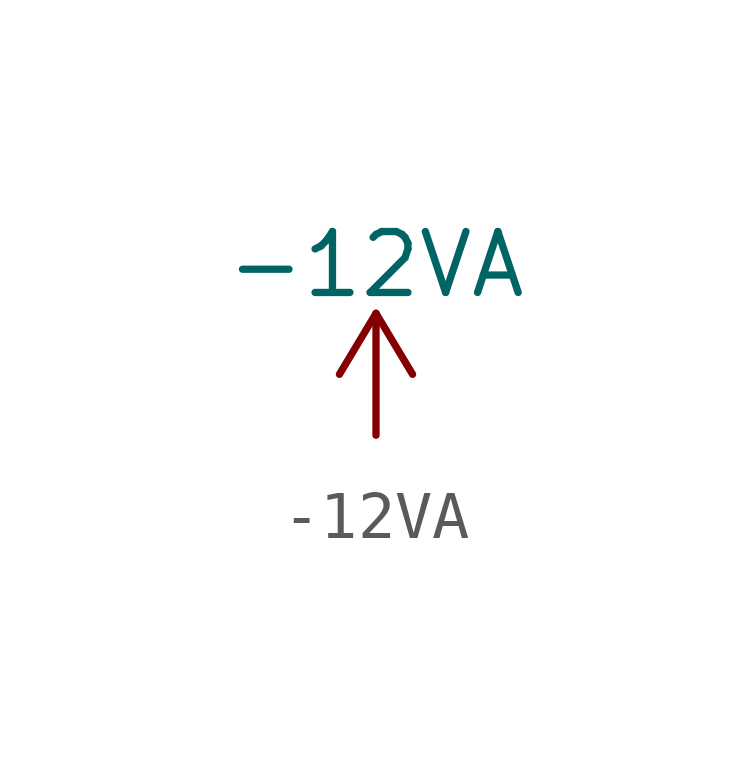
<source format=kicad_sym>
(kicad_symbol_lib
  (version 20211014)
  (generator kicad_symbol_editor)
  (symbol "-12VA"
    (power)
    (pin_names
      (offset 0))
    (property "Reference" "#PWR"
      (at 0 -3.81 0)
      (effects (font (size 1.27 1.27)) hide))
    (property "Value" "-12VA"
      (at 0 3.556 0)
      (effects (font (size 1.27 1.27))))
    (property "Footprint" ""
      (at 0 0 0)
      (effects (font (size 1.524 1.524))))
    (property "Datasheet" ""
      (at 0 0 0)
      (effects (font (size 1.524 1.524))))
    (symbol "-12VA_0_1"
      (polyline (pts (xy -0.762 1.27) (xy 0 2.54)) (stroke (width 0) (type default) (color 0 0 0 0)) (fill (type none)))
      (polyline (pts (xy 0 0) (xy 0 2.54)) (stroke (width 0) (type default) (color 0 0 0 0)) (fill (type none)))
      (polyline (pts (xy 0 2.54) (xy 0.762 1.27)) (stroke (width 0) (type default) (color 0 0 0 0)) (fill (type none))))
    (symbol "-12VA_1_1"
      (pin power_in line (at 0 0 90) (length 0) hide (name "-12VA" (effects (font (size 1.27 1.27)))) (number "1" (effects (font (size 1.27 1.27))))))))
</source>
